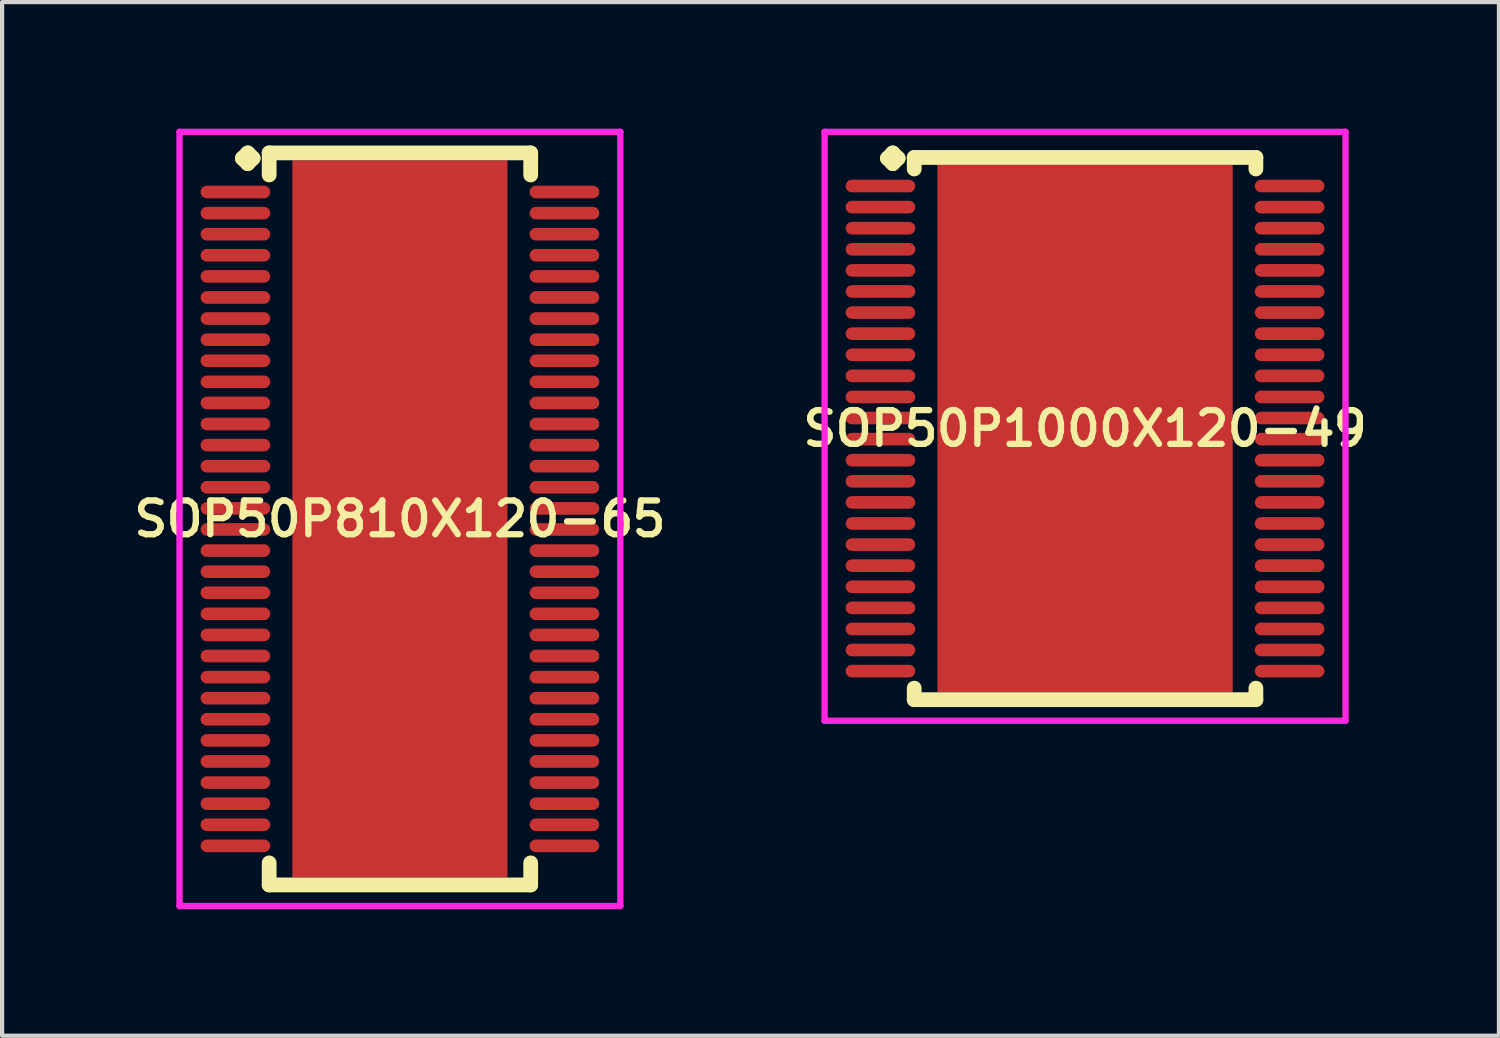
<source format=kicad_pcb>
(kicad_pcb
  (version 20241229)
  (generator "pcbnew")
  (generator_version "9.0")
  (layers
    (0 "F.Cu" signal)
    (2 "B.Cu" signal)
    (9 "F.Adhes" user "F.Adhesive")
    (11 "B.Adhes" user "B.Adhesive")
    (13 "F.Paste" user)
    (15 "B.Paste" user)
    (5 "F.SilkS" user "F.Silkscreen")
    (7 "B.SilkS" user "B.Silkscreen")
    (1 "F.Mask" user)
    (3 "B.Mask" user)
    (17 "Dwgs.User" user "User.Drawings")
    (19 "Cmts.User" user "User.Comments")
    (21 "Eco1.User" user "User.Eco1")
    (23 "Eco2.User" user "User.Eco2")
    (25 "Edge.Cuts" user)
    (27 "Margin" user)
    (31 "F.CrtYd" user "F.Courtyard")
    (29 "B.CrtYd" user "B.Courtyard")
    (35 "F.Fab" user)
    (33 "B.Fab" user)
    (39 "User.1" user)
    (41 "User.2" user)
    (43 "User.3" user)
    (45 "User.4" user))
  (footprint "SOP50P1000X120-49"
    (layer "F.Cu")
    (at 22.673 7.11)
    (property "Reference" "SOP50P1000X120-49" (at 0 0 0) (layer "F.SilkS") (effects (font (size 0.8 0.8) (thickness 0.15))))
    (attr smd)
    (fp_line (start -4.685 -6.408) (end -4.558 -6.535) (stroke (width 0.35) (type solid)) (layer "F.SilkS"))
    (fp_line (start -4.558 -6.535) (end -4.431 -6.408) (stroke (width 0.35) (type solid)) (layer "F.SilkS"))
    (fp_line (start -4.558 -6.281) (end -4.685 -6.408) (stroke (width 0.35) (type solid)) (layer "F.SilkS"))
    (fp_line (start -4.431 -6.408) (end -4.558 -6.281) (stroke (width 0.35) (type solid)) (layer "F.SilkS"))
    (fp_line (start -4.05 -6.427) (end 4.05 -6.427) (stroke (width 0.35) (type solid)) (layer "F.SilkS"))
    (fp_line (start -4.05 -6.154) (end -4.05 -6.427) (stroke (width 0.35) (type solid)) (layer "F.SilkS"))
    (fp_line (start -4.05 6.154) (end -4.05 6.427) (stroke (width 0.35) (type solid)) (layer "F.SilkS"))
    (fp_line (start -4.05 6.427) (end 4.05 6.427) (stroke (width 0.35) (type solid)) (layer "F.SilkS"))
    (fp_line (start 4.05 -6.427) (end 4.05 -6.154) (stroke (width 0.35) (type solid)) (layer "F.SilkS"))
    (fp_line (start 4.05 6.427) (end 4.05 6.154) (stroke (width 0.35) (type solid)) (layer "F.SilkS"))
    (fp_line (start -6.175 -7.035) (end 6.175 -7.035) (stroke (width 0.15) (type solid)) (layer "F.CrtYd"))
    (fp_line (start -6.175 6.927) (end -6.175 -7.035) (stroke (width 0.15) (type solid)) (layer "F.CrtYd"))
    (fp_line (start 6.175 -7.035) (end 6.175 6.927) (stroke (width 0.15) (type solid)) (layer "F.CrtYd"))
    (fp_line (start 6.175 6.927) (end -6.175 6.927) (stroke (width 0.15) (type solid)) (layer "F.CrtYd"))
    (pad "1" smd oval (at -4.85 -5.75) (size 1.65 0.3) (layers "F.Cu" "F.Mask" "F.Paste"))
    (pad "2" smd oval (at -4.85 -5.25) (size 1.65 0.3) (layers "F.Cu" "F.Mask" "F.Paste"))
    (pad "3" smd oval (at -4.85 -4.75) (size 1.65 0.3) (layers "F.Cu" "F.Mask" "F.Paste"))
    (pad "4" smd oval (at -4.85 -4.25) (size 1.65 0.3) (layers "F.Cu" "F.Mask" "F.Paste"))
    (pad "5" smd oval (at -4.85 -3.75) (size 1.65 0.3) (layers "F.Cu" "F.Mask" "F.Paste"))
    (pad "6" smd oval (at -4.85 -3.25) (size 1.65 0.3) (layers "F.Cu" "F.Mask" "F.Paste"))
    (pad "7" smd oval (at -4.85 -2.75) (size 1.65 0.3) (layers "F.Cu" "F.Mask" "F.Paste"))
    (pad "8" smd oval (at -4.85 -2.25) (size 1.65 0.3) (layers "F.Cu" "F.Mask" "F.Paste"))
    (pad "9" smd oval (at -4.85 -1.75) (size 1.65 0.3) (layers "F.Cu" "F.Mask" "F.Paste"))
    (pad "10" smd oval (at -4.85 -1.25) (size 1.65 0.3) (layers "F.Cu" "F.Mask" "F.Paste"))
    (pad "11" smd oval (at -4.85 -0.75) (size 1.65 0.3) (layers "F.Cu" "F.Mask" "F.Paste"))
    (pad "12" smd oval (at -4.85 -0.25) (size 1.65 0.3) (layers "F.Cu" "F.Mask" "F.Paste"))
    (pad "13" smd oval (at -4.85 0.25) (size 1.65 0.3) (layers "F.Cu" "F.Mask" "F.Paste"))
    (pad "14" smd oval (at -4.85 0.75) (size 1.65 0.3) (layers "F.Cu" "F.Mask" "F.Paste"))
    (pad "15" smd oval (at -4.85 1.25) (size 1.65 0.3) (layers "F.Cu" "F.Mask" "F.Paste"))
    (pad "16" smd oval (at -4.85 1.75) (size 1.65 0.3) (layers "F.Cu" "F.Mask" "F.Paste"))
    (pad "17" smd oval (at -4.85 2.25) (size 1.65 0.3) (layers "F.Cu" "F.Mask" "F.Paste"))
    (pad "18" smd oval (at -4.85 2.75) (size 1.65 0.3) (layers "F.Cu" "F.Mask" "F.Paste"))
    (pad "19" smd oval (at -4.85 3.25) (size 1.65 0.3) (layers "F.Cu" "F.Mask" "F.Paste"))
    (pad "20" smd oval (at -4.85 3.75) (size 1.65 0.3) (layers "F.Cu" "F.Mask" "F.Paste"))
    (pad "21" smd oval (at -4.85 4.25) (size 1.65 0.3) (layers "F.Cu" "F.Mask" "F.Paste"))
    (pad "22" smd oval (at -4.85 4.75) (size 1.65 0.3) (layers "F.Cu" "F.Mask" "F.Paste"))
    (pad "23" smd oval (at -4.85 5.25) (size 1.65 0.3) (layers "F.Cu" "F.Mask" "F.Paste"))
    (pad "24" smd oval (at -4.85 5.75) (size 1.65 0.3) (layers "F.Cu" "F.Mask" "F.Paste"))
    (pad "25" smd oval (at 4.85 5.75) (size 1.65 0.3) (layers "F.Cu" "F.Mask" "F.Paste"))
    (pad "26" smd oval (at 4.85 5.25) (size 1.65 0.3) (layers "F.Cu" "F.Mask" "F.Paste"))
    (pad "27" smd oval (at 4.85 4.75) (size 1.65 0.3) (layers "F.Cu" "F.Mask" "F.Paste"))
    (pad "28" smd oval (at 4.85 4.25) (size 1.65 0.3) (layers "F.Cu" "F.Mask" "F.Paste"))
    (pad "29" smd oval (at 4.85 3.75) (size 1.65 0.3) (layers "F.Cu" "F.Mask" "F.Paste"))
    (pad "30" smd oval (at 4.85 3.25) (size 1.65 0.3) (layers "F.Cu" "F.Mask" "F.Paste"))
    (pad "31" smd oval (at 4.85 2.75) (size 1.65 0.3) (layers "F.Cu" "F.Mask" "F.Paste"))
    (pad "32" smd oval (at 4.85 2.25) (size 1.65 0.3) (layers "F.Cu" "F.Mask" "F.Paste"))
    (pad "33" smd oval (at 4.85 1.75) (size 1.65 0.3) (layers "F.Cu" "F.Mask" "F.Paste"))
    (pad "34" smd oval (at 4.85 1.25) (size 1.65 0.3) (layers "F.Cu" "F.Mask" "F.Paste"))
    (pad "35" smd oval (at 4.85 0.75) (size 1.65 0.3) (layers "F.Cu" "F.Mask" "F.Paste"))
    (pad "36" smd oval (at 4.85 0.25) (size 1.65 0.3) (layers "F.Cu" "F.Mask" "F.Paste"))
    (pad "37" smd oval (at 4.85 -0.25) (size 1.65 0.3) (layers "F.Cu" "F.Mask" "F.Paste"))
    (pad "38" smd oval (at 4.85 -0.75) (size 1.65 0.3) (layers "F.Cu" "F.Mask" "F.Paste"))
    (pad "39" smd oval (at 4.85 -1.25) (size 1.65 0.3) (layers "F.Cu" "F.Mask" "F.Paste"))
    (pad "40" smd oval (at 4.85 -1.75) (size 1.65 0.3) (layers "F.Cu" "F.Mask" "F.Paste"))
    (pad "41" smd oval (at 4.85 -2.25) (size 1.65 0.3) (layers "F.Cu" "F.Mask" "F.Paste"))
    (pad "42" smd oval (at 4.85 -2.75) (size 1.65 0.3) (layers "F.Cu" "F.Mask" "F.Paste"))
    (pad "43" smd oval (at 4.85 -3.25) (size 1.65 0.3) (layers "F.Cu" "F.Mask" "F.Paste"))
    (pad "44" smd oval (at 4.85 -3.75) (size 1.65 0.3) (layers "F.Cu" "F.Mask" "F.Paste"))
    (pad "45" smd oval (at 4.85 -4.25) (size 1.65 0.3) (layers "F.Cu" "F.Mask" "F.Paste"))
    (pad "46" smd oval (at 4.85 -4.75) (size 1.65 0.3) (layers "F.Cu" "F.Mask" "F.Paste"))
    (pad "47" smd oval (at 4.85 -5.25) (size 1.65 0.3) (layers "F.Cu" "F.Mask" "F.Paste"))
    (pad "48" smd oval (at 4.85 -5.75) (size 1.65 0.3) (layers "F.Cu" "F.Mask" "F.Paste"))
    (pad "49" smd rect (at 0 0) (size 7 12.5) (layers "F.Cu" "F.Mask" "F.Paste")))
  (footprint "SOP50P810X120-65"
    (layer "F.Cu")
    (at 6.431 9.252)
    (property "Reference" "SOP50P810X120-65" (at 0 0 0) (layer "F.SilkS") (effects (font (size 0.8 0.8) (thickness 0.15))))
    (attr through_hole)
    (fp_line (start -3.735 -8.55) (end -3.608 -8.677) (stroke (width 0.35) (type solid)) (layer "F.SilkS"))
    (fp_line (start -3.608 -8.677) (end -3.481 -8.55) (stroke (width 0.35) (type solid)) (layer "F.SilkS"))
    (fp_line (start -3.608 -8.423) (end -3.735 -8.55) (stroke (width 0.35) (type solid)) (layer "F.SilkS"))
    (fp_line (start -3.481 -8.55) (end -3.608 -8.423) (stroke (width 0.35) (type solid)) (layer "F.SilkS"))
    (fp_line (start -3.1 -8.677) (end 3.1 -8.677) (stroke (width 0.35) (type solid)) (layer "F.SilkS"))
    (fp_line (start -3.1 -8.154) (end -3.1 -8.677) (stroke (width 0.35) (type solid)) (layer "F.SilkS"))
    (fp_line (start -3.1 8.154) (end -3.1 8.677) (stroke (width 0.35) (type solid)) (layer "F.SilkS"))
    (fp_line (start -3.1 8.677) (end 3.1 8.677) (stroke (width 0.35) (type solid)) (layer "F.SilkS"))
    (fp_line (start 3.1 -8.677) (end 3.1 -8.154) (stroke (width 0.35) (type solid)) (layer "F.SilkS"))
    (fp_line (start 3.1 8.677) (end 3.1 8.154) (stroke (width 0.35) (type solid)) (layer "F.SilkS"))
    (fp_line (start -5.225 -9.177) (end 5.225 -9.177) (stroke (width 0.15) (type solid)) (layer "F.CrtYd"))
    (fp_line (start -5.225 9.177) (end -5.225 -9.177) (stroke (width 0.15) (type solid)) (layer "F.CrtYd"))
    (fp_line (start 5.225 -9.177) (end 5.225 9.177) (stroke (width 0.15) (type solid)) (layer "F.CrtYd"))
    (fp_line (start 5.225 9.177) (end -5.225 9.177) (stroke (width 0.15) (type solid)) (layer "F.CrtYd"))
    (pad "1" smd oval (at -3.9 -7.75) (size 1.65 0.3) (layers "F.Cu" "F.Mask" "F.Paste"))
    (pad "2" smd oval (at -3.9 -7.25) (size 1.65 0.3) (layers "F.Cu" "F.Mask" "F.Paste"))
    (pad "3" smd oval (at -3.9 -6.75) (size 1.65 0.3) (layers "F.Cu" "F.Mask" "F.Paste"))
    (pad "4" smd oval (at -3.9 -6.25) (size 1.65 0.3) (layers "F.Cu" "F.Mask" "F.Paste"))
    (pad "5" smd oval (at -3.9 -5.75) (size 1.65 0.3) (layers "F.Cu" "F.Mask" "F.Paste"))
    (pad "6" smd oval (at -3.9 -5.25) (size 1.65 0.3) (layers "F.Cu" "F.Mask" "F.Paste"))
    (pad "7" smd oval (at -3.9 -4.75) (size 1.65 0.3) (layers "F.Cu" "F.Mask" "F.Paste"))
    (pad "8" smd oval (at -3.9 -4.25) (size 1.65 0.3) (layers "F.Cu" "F.Mask" "F.Paste"))
    (pad "9" smd oval (at -3.9 -3.75) (size 1.65 0.3) (layers "F.Cu" "F.Mask" "F.Paste"))
    (pad "10" smd oval (at -3.9 -3.25) (size 1.65 0.3) (layers "F.Cu" "F.Mask" "F.Paste"))
    (pad "11" smd oval (at -3.9 -2.75) (size 1.65 0.3) (layers "F.Cu" "F.Mask" "F.Paste"))
    (pad "12" smd oval (at -3.9 -2.25) (size 1.65 0.3) (layers "F.Cu" "F.Mask" "F.Paste"))
    (pad "13" smd oval (at -3.9 -1.75) (size 1.65 0.3) (layers "F.Cu" "F.Mask" "F.Paste"))
    (pad "14" smd oval (at -3.9 -1.25) (size 1.65 0.3) (layers "F.Cu" "F.Mask" "F.Paste"))
    (pad "15" smd oval (at -3.9 -0.75) (size 1.65 0.3) (layers "F.Cu" "F.Mask" "F.Paste"))
    (pad "16" smd oval (at -3.9 -0.25) (size 1.65 0.3) (layers "F.Cu" "F.Mask" "F.Paste"))
    (pad "17" smd oval (at -3.9 0.25) (size 1.65 0.3) (layers "F.Cu" "F.Mask" "F.Paste"))
    (pad "18" smd oval (at -3.9 0.75) (size 1.65 0.3) (layers "F.Cu" "F.Mask" "F.Paste"))
    (pad "19" smd oval (at -3.9 1.25) (size 1.65 0.3) (layers "F.Cu" "F.Mask" "F.Paste"))
    (pad "20" smd oval (at -3.9 1.75) (size 1.65 0.3) (layers "F.Cu" "F.Mask" "F.Paste"))
    (pad "21" smd oval (at -3.9 2.25) (size 1.65 0.3) (layers "F.Cu" "F.Mask" "F.Paste"))
    (pad "22" smd oval (at -3.9 2.75) (size 1.65 0.3) (layers "F.Cu" "F.Mask" "F.Paste"))
    (pad "23" smd oval (at -3.9 3.25) (size 1.65 0.3) (layers "F.Cu" "F.Mask" "F.Paste"))
    (pad "24" smd oval (at -3.9 3.75) (size 1.65 0.3) (layers "F.Cu" "F.Mask" "F.Paste"))
    (pad "25" smd oval (at -3.9 4.25) (size 1.65 0.3) (layers "F.Cu" "F.Mask" "F.Paste"))
    (pad "26" smd oval (at -3.9 4.75) (size 1.65 0.3) (layers "F.Cu" "F.Mask" "F.Paste"))
    (pad "27" smd oval (at -3.9 5.25) (size 1.65 0.3) (layers "F.Cu" "F.Mask" "F.Paste"))
    (pad "28" smd oval (at -3.9 5.75) (size 1.65 0.3) (layers "F.Cu" "F.Mask" "F.Paste"))
    (pad "29" smd oval (at -3.9 6.25) (size 1.65 0.3) (layers "F.Cu" "F.Mask" "F.Paste"))
    (pad "30" smd oval (at -3.9 6.75) (size 1.65 0.3) (layers "F.Cu" "F.Mask" "F.Paste"))
    (pad "31" smd oval (at -3.9 7.25) (size 1.65 0.3) (layers "F.Cu" "F.Mask" "F.Paste"))
    (pad "32" smd oval (at -3.9 7.75) (size 1.65 0.3) (layers "F.Cu" "F.Mask" "F.Paste"))
    (pad "33" smd oval (at 3.9 7.75) (size 1.65 0.3) (layers "F.Cu" "F.Mask" "F.Paste"))
    (pad "34" smd oval (at 3.9 7.25) (size 1.65 0.3) (layers "F.Cu" "F.Mask" "F.Paste"))
    (pad "35" smd oval (at 3.9 6.75) (size 1.65 0.3) (layers "F.Cu" "F.Mask" "F.Paste"))
    (pad "36" smd oval (at 3.9 6.25) (size 1.65 0.3) (layers "F.Cu" "F.Mask" "F.Paste"))
    (pad "37" smd oval (at 3.9 5.75) (size 1.65 0.3) (layers "F.Cu" "F.Mask" "F.Paste"))
    (pad "38" smd oval (at 3.9 5.25) (size 1.65 0.3) (layers "F.Cu" "F.Mask" "F.Paste"))
    (pad "39" smd oval (at 3.9 4.75) (size 1.65 0.3) (layers "F.Cu" "F.Mask" "F.Paste"))
    (pad "40" smd oval (at 3.9 4.25) (size 1.65 0.3) (layers "F.Cu" "F.Mask" "F.Paste"))
    (pad "41" smd oval (at 3.9 3.75) (size 1.65 0.3) (layers "F.Cu" "F.Mask" "F.Paste"))
    (pad "42" smd oval (at 3.9 3.25) (size 1.65 0.3) (layers "F.Cu" "F.Mask" "F.Paste"))
    (pad "43" smd oval (at 3.9 2.75) (size 1.65 0.3) (layers "F.Cu" "F.Mask" "F.Paste"))
    (pad "44" smd oval (at 3.9 2.25) (size 1.65 0.3) (layers "F.Cu" "F.Mask" "F.Paste"))
    (pad "45" smd oval (at 3.9 1.75) (size 1.65 0.3) (layers "F.Cu" "F.Mask" "F.Paste"))
    (pad "46" smd oval (at 3.9 1.25) (size 1.65 0.3) (layers "F.Cu" "F.Mask" "F.Paste"))
    (pad "47" smd oval (at 3.9 0.75) (size 1.65 0.3) (layers "F.Cu" "F.Mask" "F.Paste"))
    (pad "48" smd oval (at 3.9 0.25) (size 1.65 0.3) (layers "F.Cu" "F.Mask" "F.Paste"))
    (pad "49" smd oval (at 3.9 -0.25) (size 1.65 0.3) (layers "F.Cu" "F.Mask" "F.Paste"))
    (pad "50" smd oval (at 3.9 -0.75) (size 1.65 0.3) (layers "F.Cu" "F.Mask" "F.Paste"))
    (pad "51" smd oval (at 3.9 -1.25) (size 1.65 0.3) (layers "F.Cu" "F.Mask" "F.Paste"))
    (pad "52" smd oval (at 3.9 -1.75) (size 1.65 0.3) (layers "F.Cu" "F.Mask" "F.Paste"))
    (pad "53" smd oval (at 3.9 -2.25) (size 1.65 0.3) (layers "F.Cu" "F.Mask" "F.Paste"))
    (pad "54" smd oval (at 3.9 -2.75) (size 1.65 0.3) (layers "F.Cu" "F.Mask" "F.Paste"))
    (pad "55" smd oval (at 3.9 -3.25) (size 1.65 0.3) (layers "F.Cu" "F.Mask" "F.Paste"))
    (pad "56" smd oval (at 3.9 -3.75) (size 1.65 0.3) (layers "F.Cu" "F.Mask" "F.Paste"))
    (pad "57" smd oval (at 3.9 -4.25) (size 1.65 0.3) (layers "F.Cu" "F.Mask" "F.Paste"))
    (pad "58" smd oval (at 3.9 -4.75) (size 1.65 0.3) (layers "F.Cu" "F.Mask" "F.Paste"))
    (pad "59" smd oval (at 3.9 -5.25) (size 1.65 0.3) (layers "F.Cu" "F.Mask" "F.Paste"))
    (pad "60" smd oval (at 3.9 -5.75) (size 1.65 0.3) (layers "F.Cu" "F.Mask" "F.Paste"))
    (pad "61" smd oval (at 3.9 -6.25) (size 1.65 0.3) (layers "F.Cu" "F.Mask" "F.Paste"))
    (pad "62" smd oval (at 3.9 -6.75) (size 1.65 0.3) (layers "F.Cu" "F.Mask" "F.Paste"))
    (pad "63" smd oval (at 3.9 -7.25) (size 1.65 0.3) (layers "F.Cu" "F.Mask" "F.Paste"))
    (pad "64" smd oval (at 3.9 -7.75) (size 1.65 0.3) (layers "F.Cu" "F.Mask" "F.Paste"))
    (pad "65" smd rect (at 0 0) (size 5.1 17) (layers "F.Cu" "F.Mask" "F.Paste")))
  (gr_rect
    (start -3 -3)
    (end 32.485 21.504)
    (stroke (width 0.1) (type default))
    (fill no)
    (layer "Edge.Cuts")))
</source>
